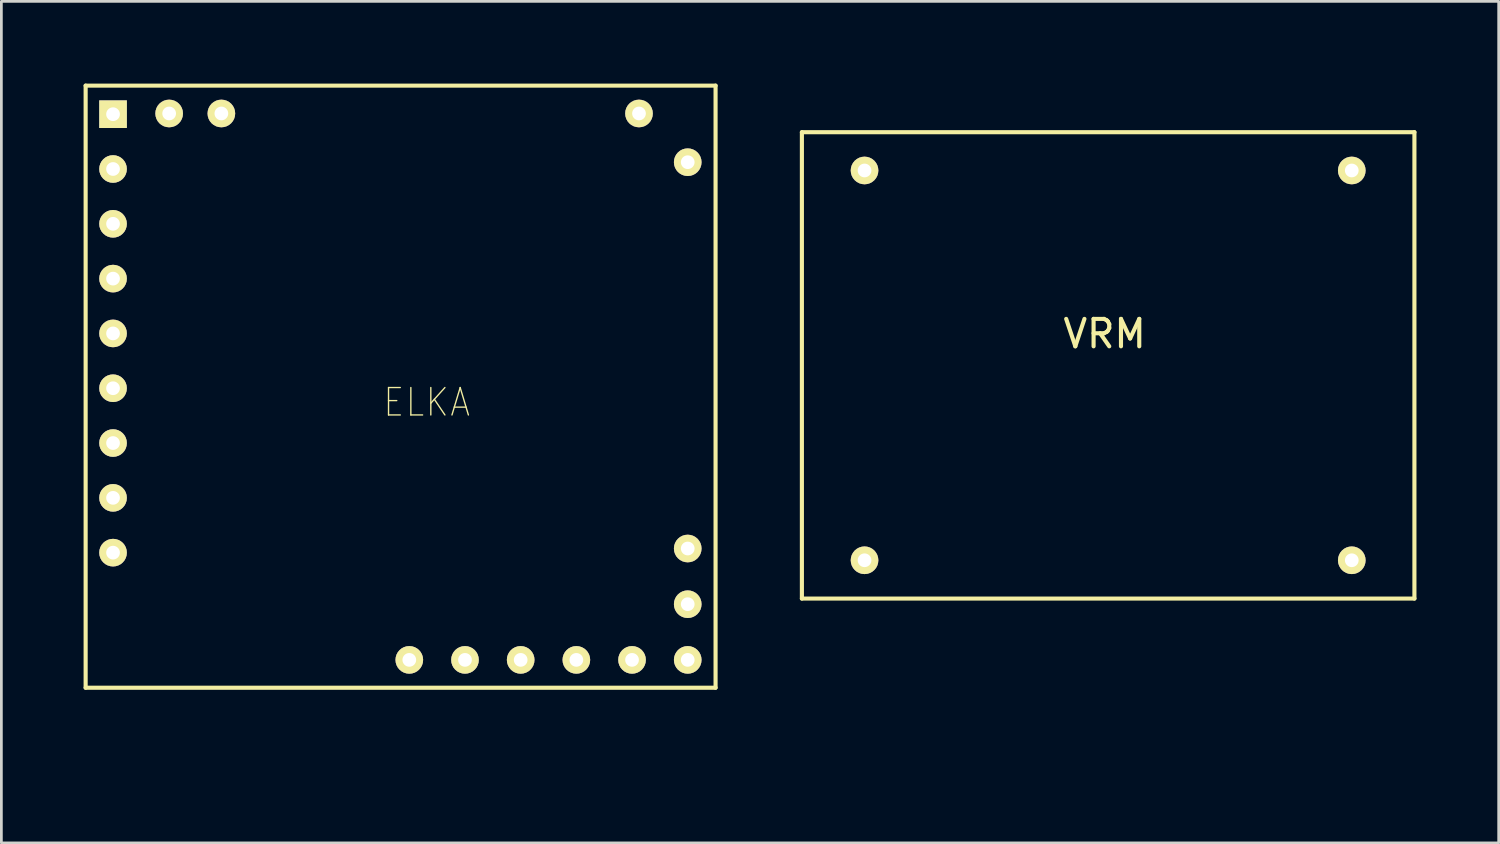
<source format=kicad_pcb>
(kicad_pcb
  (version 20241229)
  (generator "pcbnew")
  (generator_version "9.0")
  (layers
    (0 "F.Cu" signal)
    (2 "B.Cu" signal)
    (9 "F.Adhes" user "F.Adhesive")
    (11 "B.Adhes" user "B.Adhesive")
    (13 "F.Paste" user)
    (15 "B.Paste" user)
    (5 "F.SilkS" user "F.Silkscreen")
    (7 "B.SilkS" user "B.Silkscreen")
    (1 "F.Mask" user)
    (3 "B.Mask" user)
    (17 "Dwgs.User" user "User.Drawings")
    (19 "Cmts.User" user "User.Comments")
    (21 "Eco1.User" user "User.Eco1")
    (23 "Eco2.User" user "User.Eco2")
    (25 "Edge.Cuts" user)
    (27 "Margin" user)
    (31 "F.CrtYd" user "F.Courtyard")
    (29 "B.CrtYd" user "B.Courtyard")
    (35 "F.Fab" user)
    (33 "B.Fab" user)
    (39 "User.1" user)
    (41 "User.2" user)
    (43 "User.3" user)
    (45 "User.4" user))
  (footprint "ELKA"
    (layer "F.Cu")
    (at 12.521 24.459)
    (property "Reference" "ELKA" (at 0 -12.827 0) (layer "F.SilkS") (effects (font (size 1 0.9) (thickness 0.05))))
    (attr through_hole)
    (fp_line (start -12.446 -24.384) (end -12.446 -2.413) (stroke (width 0.15) (type solid)) (layer "F.SilkS"))
    (fp_line (start -12.446 -2.413) (end 10.541 -2.413) (stroke (width 0.15) (type solid)) (layer "F.SilkS"))
    (fp_line (start 10.541 -24.384) (end -12.446 -24.384) (stroke (width 0.15) (type solid)) (layer "F.SilkS"))
    (fp_line (start 10.541 -2.413) (end 10.541 -24.384) (stroke (width 0.15) (type solid)) (layer "F.SilkS"))
    (pad "1" thru_hole circle (at 9.525 -7.493) (size 1.008 1.008) (drill 0.5) (layers "*.Cu" "*.Mask" "F.SilkS"))
    (pad "2" thru_hole circle (at 9.525 -5.461) (size 1.008 1.008) (drill 0.5) (layers "*.Cu" "*.Mask" "F.SilkS"))
    (pad "3" thru_hole circle (at 9.525 -3.429) (size 1.008 1.008) (drill 0.5) (layers "*.Cu" "*.Mask" "F.SilkS"))
    (pad "4" thru_hole circle (at 7.493 -3.429) (size 1.008 1.008) (drill 0.5) (layers "*.Cu" "*.Mask" "F.SilkS"))
    (pad "5" thru_hole circle (at 5.461 -3.429) (size 1.008 1.008) (drill 0.5) (layers "*.Cu" "*.Mask" "F.SilkS"))
    (pad "6" thru_hole circle (at 3.429 -3.429) (size 1.008 1.008) (drill 0.5) (layers "*.Cu" "*.Mask" "F.SilkS"))
    (pad "7" thru_hole circle (at 1.397 -3.429) (size 1.008 1.008) (drill 0.5) (layers "*.Cu" "*.Mask" "F.SilkS"))
    (pad "8" thru_hole circle (at -0.635 -3.429) (size 1.008 1.008) (drill 0.5) (layers "*.Cu" "*.Mask" "F.SilkS"))
    (pad "9" thru_hole circle (at -9.398 -23.368) (size 1.008 1.008) (drill 0.5) (layers "*.Cu" "*.Mask" "F.SilkS"))
    (pad "10" thru_hole circle (at -7.493 -23.368) (size 1.008 1.008) (drill 0.5) (layers "*.Cu" "*.Mask" "F.SilkS"))
    (pad "11" thru_hole circle (at 9.525 -21.59) (size 1.008 1.008) (drill 0.5) (layers "*.Cu" "*.Mask" "F.SilkS"))
    (pad "12" thru_hole circle (at 7.747 -23.368) (size 1.008 1.008) (drill 0.5) (layers "*.Cu" "*.Mask" "F.SilkS"))
    (pad "A" thru_hole circle (at -11.446 -7.342) (size 1.008 1.008) (drill 0.5) (layers "*.Cu" "*.Mask" "F.SilkS"))
    (pad "B" thru_hole circle (at -11.446 -9.342) (size 1.008 1.008) (drill 0.5) (layers "*.Cu" "*.Mask" "F.SilkS"))
    (pad "C" thru_hole circle (at -11.446 -11.342) (size 1.008 1.008) (drill 0.5) (layers "*.Cu" "*.Mask" "F.SilkS"))
    (pad "D" thru_hole circle (at -11.446 -13.342) (size 1.008 1.008) (drill 0.5) (layers "*.Cu" "*.Mask" "F.SilkS"))
    (pad "E" thru_hole circle (at -11.446 -15.342) (size 1.008 1.008) (drill 0.5) (layers "*.Cu" "*.Mask" "F.SilkS"))
    (pad "F" thru_hole circle (at -11.446 -17.342) (size 1.008 1.008) (drill 0.5) (layers "*.Cu" "*.Mask" "F.SilkS"))
    (pad "G" thru_hole circle (at -11.446 -19.342) (size 1.008 1.008) (drill 0.5) (layers "*.Cu" "*.Mask" "F.SilkS"))
    (pad "H" thru_hole circle (at -11.446 -21.342) (size 1.008 1.008) (drill 0.5) (layers "*.Cu" "*.Mask" "F.SilkS"))
    (pad "I" thru_hole rect (at -11.446 -23.342) (size 1.008 1.008) (drill 0.5) (layers "*.Cu" "*.Mask" "F.SilkS")))
  (footprint "VRM"
    (layer "F.Cu")
    (at 33.832 0.25)
    (property "Reference" "VRM" (at 3.429 8.882 0) (layer "F.SilkS") (effects (font (size 1 1) (thickness 0.15))))
    (attr through_hole)
    (fp_line (start -7.62 1.524) (end 14.732 1.524) (stroke (width 0.15) (type solid)) (layer "F.SilkS"))
    (fp_line (start -7.62 18.542) (end -7.62 1.524) (stroke (width 0.15) (type solid)) (layer "F.SilkS"))
    (fp_line (start 14.732 1.524) (end 14.732 18.542) (stroke (width 0.15) (type solid)) (layer "F.SilkS"))
    (fp_line (start 14.732 18.542) (end -7.62 18.542) (stroke (width 0.15) (type solid)) (layer "F.SilkS"))
    (pad "1" thru_hole circle (at -5.334 17.145) (size 1.008 1.008) (drill 0.5) (layers "*.Cu" "*.Mask" "F.SilkS"))
    (pad "2" thru_hole circle (at -5.334 2.921) (size 1.008 1.008) (drill 0.5) (layers "*.Cu" "*.Mask" "F.SilkS"))
    (pad "3" thru_hole circle (at 12.446 17.145) (size 1.008 1.008) (drill 0.5) (layers "*.Cu" "*.Mask" "F.SilkS"))
    (pad "4" thru_hole circle (at 12.446 2.921) (size 1.008 1.008) (drill 0.5) (layers "*.Cu" "*.Mask" "F.SilkS")))
  (gr_rect
    (start -3 -3)
    (end 51.639 27.709)
    (stroke (width 0.1) (type default))
    (fill no)
    (layer "Edge.Cuts")))
</source>
